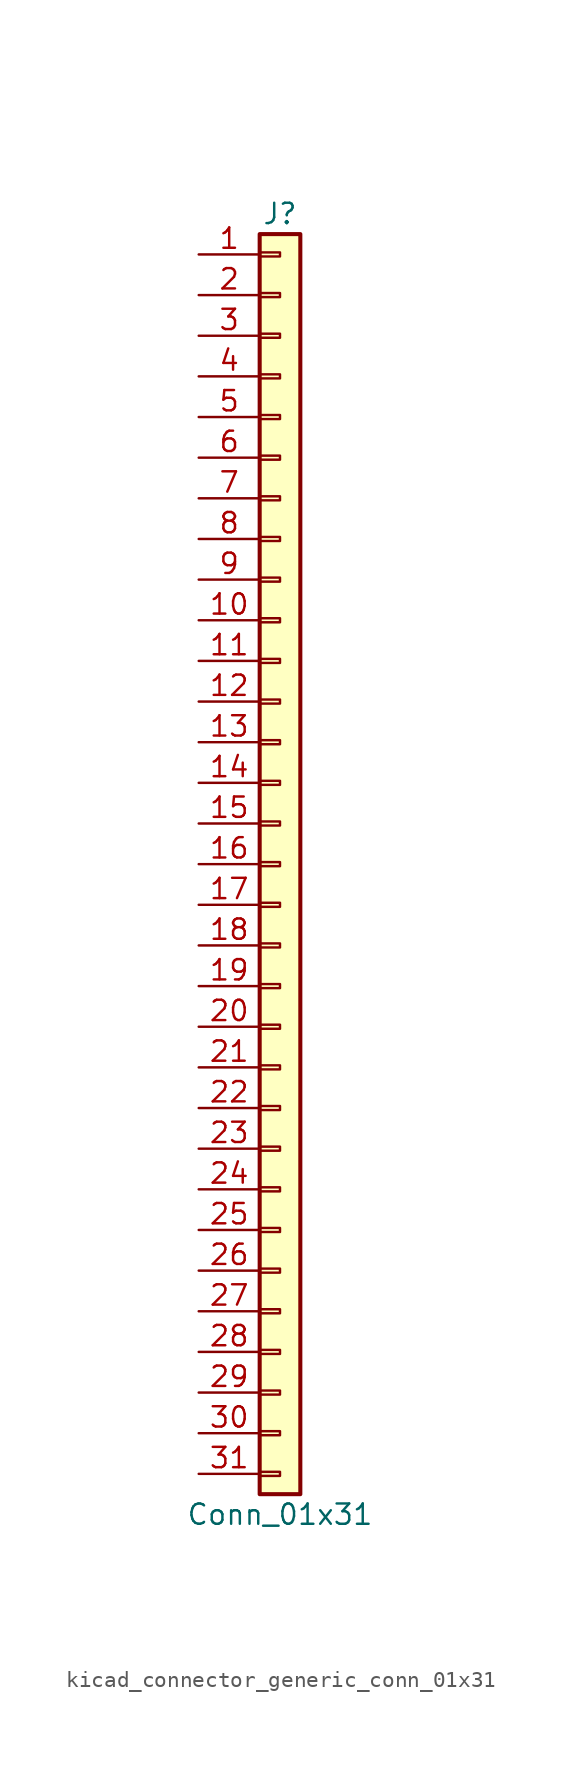
<source format=kicad_sym>
(kicad_symbol_lib
  (version 20220914)
  (generator kicad_symbol_editor)
  (symbol "kicad_connector_generic_conn_01x31"
    (pin_names
      (offset 1.016) hide)
    (property "Reference" "J"
      (at 0 40.64 0)
      (effects (font (size 1.27 1.27))))
    (property "Value" "Conn_01x31"
      (at 0 -40.64 0)
      (effects (font (size 1.27 1.27))))
    (symbol "kicad_connector_generic_conn_01x31_1_1"
      (rectangle (start -1.27 -37.973) (end 0 -38.227) (stroke (width 0.152) (type default)) (fill (type none)))
      (rectangle (start -1.27 -35.433) (end 0 -35.687) (stroke (width 0.152) (type default)) (fill (type none)))
      (rectangle (start -1.27 -32.893) (end 0 -33.147) (stroke (width 0.152) (type default)) (fill (type none)))
      (rectangle (start -1.27 -30.353) (end 0 -30.607) (stroke (width 0.152) (type default)) (fill (type none)))
      (rectangle (start -1.27 -27.813) (end 0 -28.067) (stroke (width 0.152) (type default)) (fill (type none)))
      (rectangle (start -1.27 -25.273) (end 0 -25.527) (stroke (width 0.152) (type default)) (fill (type none)))
      (rectangle (start -1.27 -22.733) (end 0 -22.987) (stroke (width 0.152) (type default)) (fill (type none)))
      (rectangle (start -1.27 -20.193) (end 0 -20.447) (stroke (width 0.152) (type default)) (fill (type none)))
      (rectangle (start -1.27 -17.653) (end 0 -17.907) (stroke (width 0.152) (type default)) (fill (type none)))
      (rectangle (start -1.27 -15.113) (end 0 -15.367) (stroke (width 0.152) (type default)) (fill (type none)))
      (rectangle (start -1.27 -12.573) (end 0 -12.827) (stroke (width 0.152) (type default)) (fill (type none)))
      (rectangle (start -1.27 -10.033) (end 0 -10.287) (stroke (width 0.152) (type default)) (fill (type none)))
      (rectangle (start -1.27 -7.493) (end 0 -7.747) (stroke (width 0.152) (type default)) (fill (type none)))
      (rectangle (start -1.27 -4.953) (end 0 -5.207) (stroke (width 0.152) (type default)) (fill (type none)))
      (rectangle (start -1.27 -2.413) (end 0 -2.667) (stroke (width 0.152) (type default)) (fill (type none)))
      (rectangle (start -1.27 0.127) (end 0 -0.127) (stroke (width 0.152) (type default)) (fill (type none)))
      (rectangle (start -1.27 2.667) (end 0 2.413) (stroke (width 0.152) (type default)) (fill (type none)))
      (rectangle (start -1.27 5.207) (end 0 4.953) (stroke (width 0.152) (type default)) (fill (type none)))
      (rectangle (start -1.27 7.747) (end 0 7.493) (stroke (width 0.152) (type default)) (fill (type none)))
      (rectangle (start -1.27 10.287) (end 0 10.033) (stroke (width 0.152) (type default)) (fill (type none)))
      (rectangle (start -1.27 12.827) (end 0 12.573) (stroke (width 0.152) (type default)) (fill (type none)))
      (rectangle (start -1.27 15.367) (end 0 15.113) (stroke (width 0.152) (type default)) (fill (type none)))
      (rectangle (start -1.27 17.907) (end 0 17.653) (stroke (width 0.152) (type default)) (fill (type none)))
      (rectangle (start -1.27 20.447) (end 0 20.193) (stroke (width 0.152) (type default)) (fill (type none)))
      (rectangle (start -1.27 22.987) (end 0 22.733) (stroke (width 0.152) (type default)) (fill (type none)))
      (rectangle (start -1.27 25.527) (end 0 25.273) (stroke (width 0.152) (type default)) (fill (type none)))
      (rectangle (start -1.27 28.067) (end 0 27.813) (stroke (width 0.152) (type default)) (fill (type none)))
      (rectangle (start -1.27 30.607) (end 0 30.353) (stroke (width 0.152) (type default)) (fill (type none)))
      (rectangle (start -1.27 33.147) (end 0 32.893) (stroke (width 0.152) (type default)) (fill (type none)))
      (rectangle (start -1.27 35.687) (end 0 35.433) (stroke (width 0.152) (type default)) (fill (type none)))
      (rectangle (start -1.27 38.227) (end 0 37.973) (stroke (width 0.152) (type default)) (fill (type none)))
      (rectangle (start -1.27 39.37) (end 1.27 -39.37) (stroke (width 0.254) (type default)) (fill (type background)))
      (pin passive line (at -5.08 38.1 0) (length 3.81) (name "Pin_1" (effects (font (size 1.27 1.27)))) (number "1" (effects (font (size 1.27 1.27)))))
      (pin passive line (at -5.08 15.24 0) (length 3.81) (name "Pin_10" (effects (font (size 1.27 1.27)))) (number "10" (effects (font (size 1.27 1.27)))))
      (pin passive line (at -5.08 12.7 0) (length 3.81) (name "Pin_11" (effects (font (size 1.27 1.27)))) (number "11" (effects (font (size 1.27 1.27)))))
      (pin passive line (at -5.08 10.16 0) (length 3.81) (name "Pin_12" (effects (font (size 1.27 1.27)))) (number "12" (effects (font (size 1.27 1.27)))))
      (pin passive line (at -5.08 7.62 0) (length 3.81) (name "Pin_13" (effects (font (size 1.27 1.27)))) (number "13" (effects (font (size 1.27 1.27)))))
      (pin passive line (at -5.08 5.08 0) (length 3.81) (name "Pin_14" (effects (font (size 1.27 1.27)))) (number "14" (effects (font (size 1.27 1.27)))))
      (pin passive line (at -5.08 2.54 0) (length 3.81) (name "Pin_15" (effects (font (size 1.27 1.27)))) (number "15" (effects (font (size 1.27 1.27)))))
      (pin passive line (at -5.08 0 0) (length 3.81) (name "Pin_16" (effects (font (size 1.27 1.27)))) (number "16" (effects (font (size 1.27 1.27)))))
      (pin passive line (at -5.08 -2.54 0) (length 3.81) (name "Pin_17" (effects (font (size 1.27 1.27)))) (number "17" (effects (font (size 1.27 1.27)))))
      (pin passive line (at -5.08 -5.08 0) (length 3.81) (name "Pin_18" (effects (font (size 1.27 1.27)))) (number "18" (effects (font (size 1.27 1.27)))))
      (pin passive line (at -5.08 -7.62 0) (length 3.81) (name "Pin_19" (effects (font (size 1.27 1.27)))) (number "19" (effects (font (size 1.27 1.27)))))
      (pin passive line (at -5.08 35.56 0) (length 3.81) (name "Pin_2" (effects (font (size 1.27 1.27)))) (number "2" (effects (font (size 1.27 1.27)))))
      (pin passive line (at -5.08 -10.16 0) (length 3.81) (name "Pin_20" (effects (font (size 1.27 1.27)))) (number "20" (effects (font (size 1.27 1.27)))))
      (pin passive line (at -5.08 -12.7 0) (length 3.81) (name "Pin_21" (effects (font (size 1.27 1.27)))) (number "21" (effects (font (size 1.27 1.27)))))
      (pin passive line (at -5.08 -15.24 0) (length 3.81) (name "Pin_22" (effects (font (size 1.27 1.27)))) (number "22" (effects (font (size 1.27 1.27)))))
      (pin passive line (at -5.08 -17.78 0) (length 3.81) (name "Pin_23" (effects (font (size 1.27 1.27)))) (number "23" (effects (font (size 1.27 1.27)))))
      (pin passive line (at -5.08 -20.32 0) (length 3.81) (name "Pin_24" (effects (font (size 1.27 1.27)))) (number "24" (effects (font (size 1.27 1.27)))))
      (pin passive line (at -5.08 -22.86 0) (length 3.81) (name "Pin_25" (effects (font (size 1.27 1.27)))) (number "25" (effects (font (size 1.27 1.27)))))
      (pin passive line (at -5.08 -25.4 0) (length 3.81) (name "Pin_26" (effects (font (size 1.27 1.27)))) (number "26" (effects (font (size 1.27 1.27)))))
      (pin passive line (at -5.08 -27.94 0) (length 3.81) (name "Pin_27" (effects (font (size 1.27 1.27)))) (number "27" (effects (font (size 1.27 1.27)))))
      (pin passive line (at -5.08 -30.48 0) (length 3.81) (name "Pin_28" (effects (font (size 1.27 1.27)))) (number "28" (effects (font (size 1.27 1.27)))))
      (pin passive line (at -5.08 -33.02 0) (length 3.81) (name "Pin_29" (effects (font (size 1.27 1.27)))) (number "29" (effects (font (size 1.27 1.27)))))
      (pin passive line (at -5.08 33.02 0) (length 3.81) (name "Pin_3" (effects (font (size 1.27 1.27)))) (number "3" (effects (font (size 1.27 1.27)))))
      (pin passive line (at -5.08 -35.56 0) (length 3.81) (name "Pin_30" (effects (font (size 1.27 1.27)))) (number "30" (effects (font (size 1.27 1.27)))))
      (pin passive line (at -5.08 -38.1 0) (length 3.81) (name "Pin_31" (effects (font (size 1.27 1.27)))) (number "31" (effects (font (size 1.27 1.27)))))
      (pin passive line (at -5.08 30.48 0) (length 3.81) (name "Pin_4" (effects (font (size 1.27 1.27)))) (number "4" (effects (font (size 1.27 1.27)))))
      (pin passive line (at -5.08 27.94 0) (length 3.81) (name "Pin_5" (effects (font (size 1.27 1.27)))) (number "5" (effects (font (size 1.27 1.27)))))
      (pin passive line (at -5.08 25.4 0) (length 3.81) (name "Pin_6" (effects (font (size 1.27 1.27)))) (number "6" (effects (font (size 1.27 1.27)))))
      (pin passive line (at -5.08 22.86 0) (length 3.81) (name "Pin_7" (effects (font (size 1.27 1.27)))) (number "7" (effects (font (size 1.27 1.27)))))
      (pin passive line (at -5.08 20.32 0) (length 3.81) (name "Pin_8" (effects (font (size 1.27 1.27)))) (number "8" (effects (font (size 1.27 1.27)))))
      (pin passive line (at -5.08 17.78 0) (length 3.81) (name "Pin_9" (effects (font (size 1.27 1.27)))) (number "9" (effects (font (size 1.27 1.27))))))))
</source>
